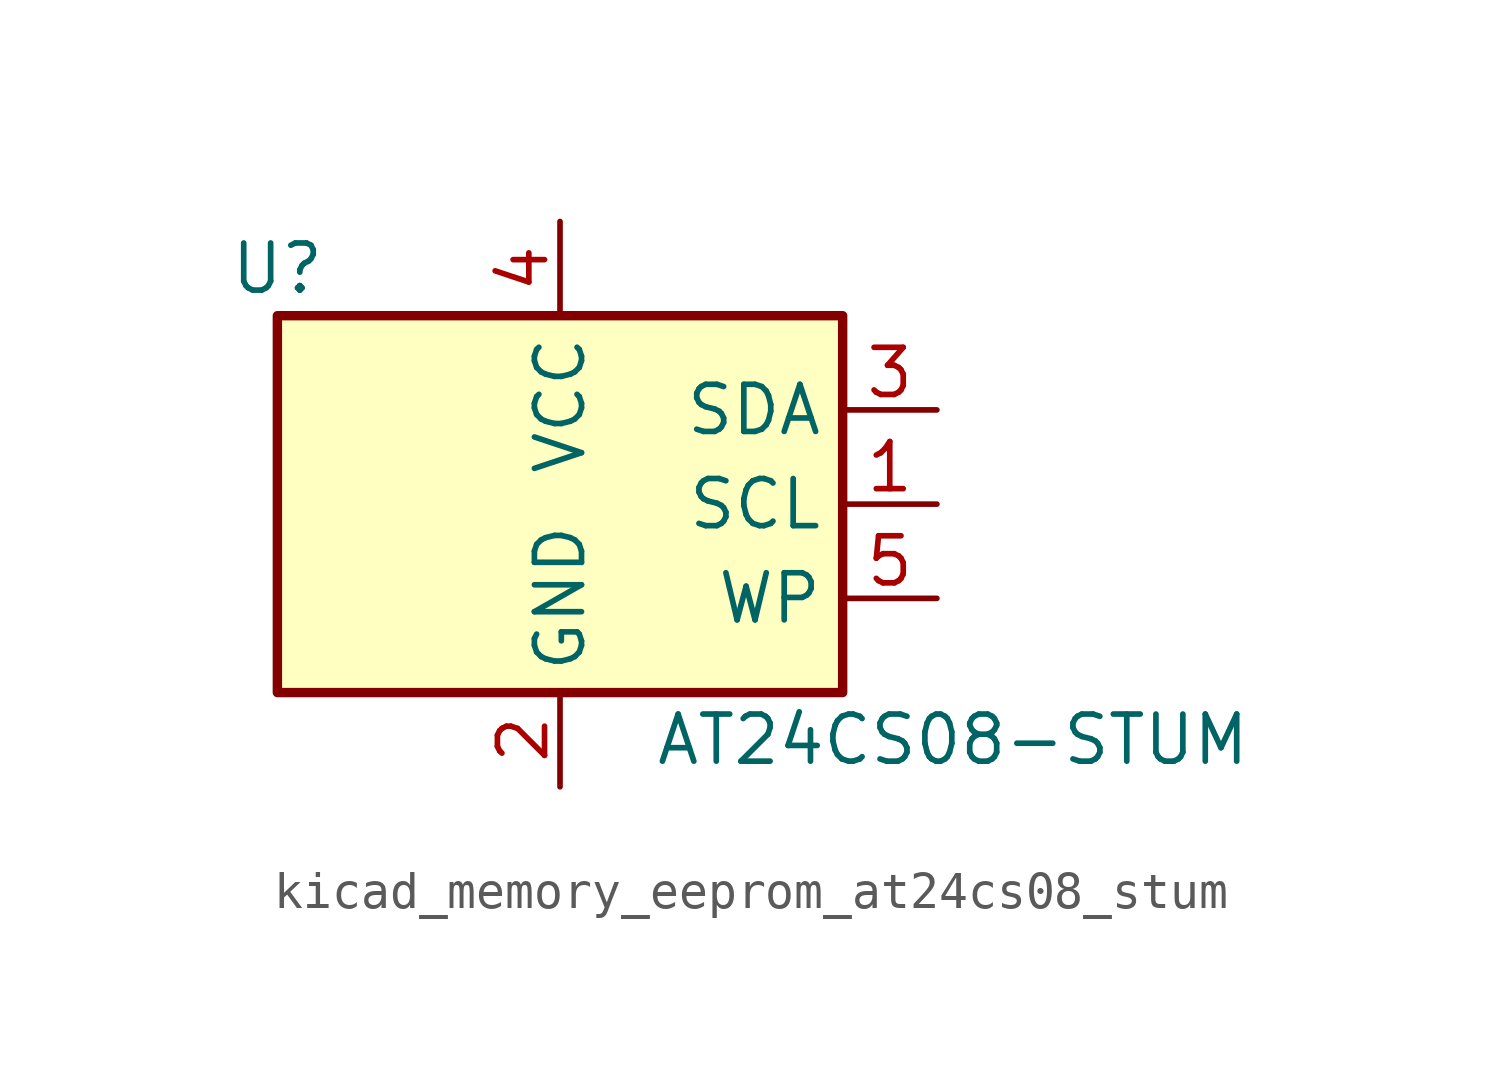
<source format=kicad_sym>
(kicad_symbol_lib
  (version 20220914)
  (generator kicad_symbol_editor)
  (symbol "kicad_memory_eeprom_at24cs08_stum"
    (property "Reference" "U"
      (at -7.62 6.35 0)
      (effects (font (size 1.27 1.27))))
    (property "Value" "AT24CS08-STUM"
      (at 2.54 -6.35 0)
      (effects (font (size 1.27 1.27)) (justify left)))
    (symbol "kicad_memory_eeprom_at24cs08_stum_1_1"
      (rectangle (start -7.62 5.08) (end 7.62 -5.08) (stroke (width 0.254) (type default)) (fill (type background)))
      (pin input line (at 10.16 0 180) (length 2.54) (name "SCL" (effects (font (size 1.27 1.27)))) (number "1" (effects (font (size 1.27 1.27)))))
      (pin power_in line (at 0 -7.62 90) (length 2.54) (name "GND" (effects (font (size 1.27 1.27)))) (number "2" (effects (font (size 1.27 1.27)))))
      (pin bidirectional line (at 10.16 2.54 180) (length 2.54) (name "SDA" (effects (font (size 1.27 1.27)))) (number "3" (effects (font (size 1.27 1.27)))))
      (pin power_in line (at 0 7.62 270) (length 2.54) (name "VCC" (effects (font (size 1.27 1.27)))) (number "4" (effects (font (size 1.27 1.27)))))
      (pin input line (at 10.16 -2.54 180) (length 2.54) (name "WP" (effects (font (size 1.27 1.27)))) (number "5" (effects (font (size 1.27 1.27))))))))
</source>
